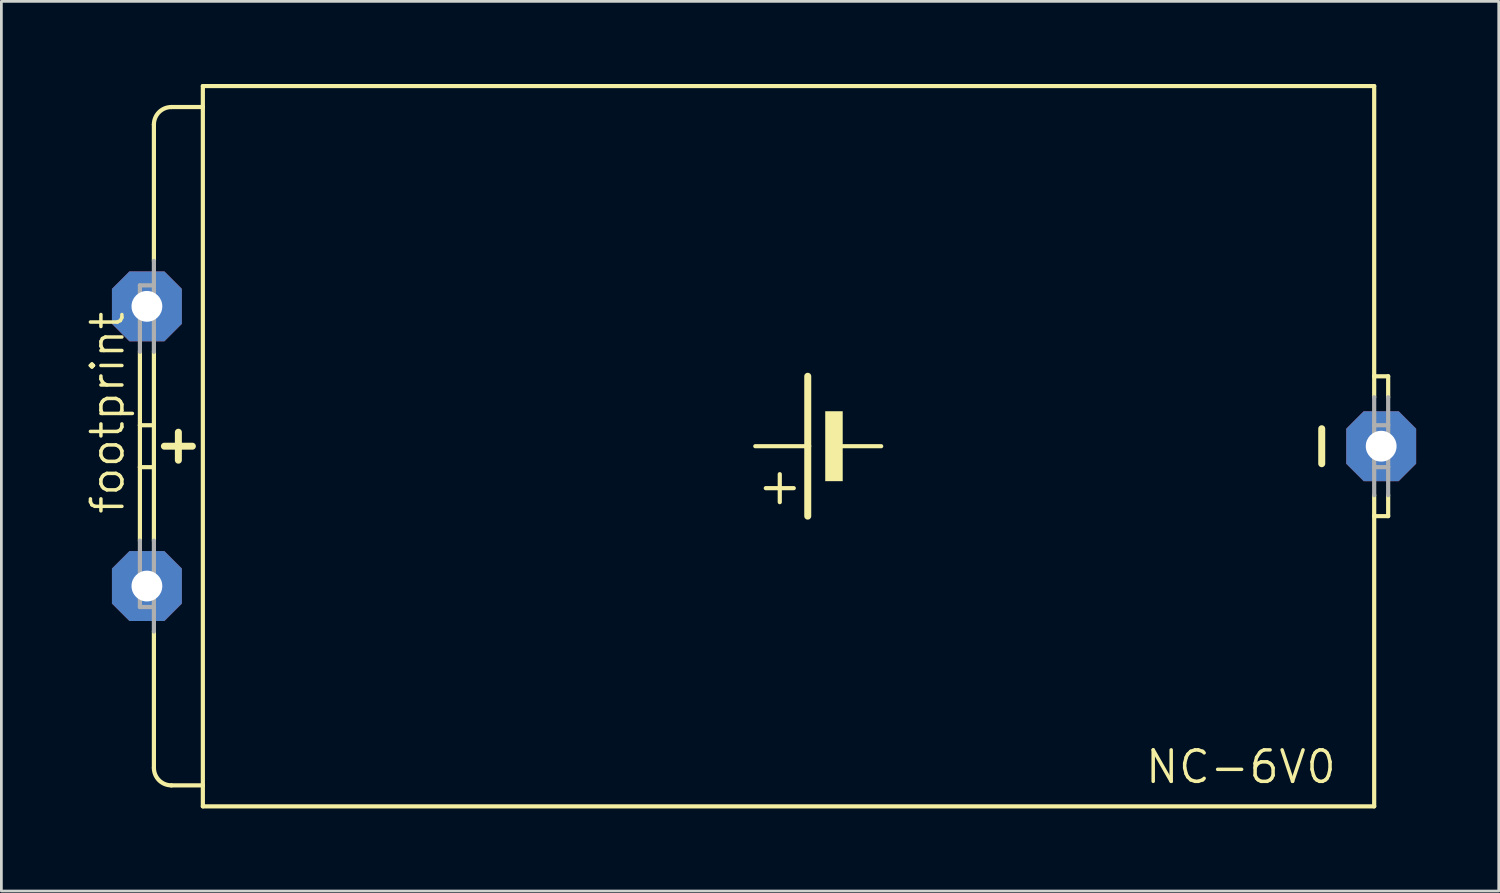
<source format=kicad_pcb>
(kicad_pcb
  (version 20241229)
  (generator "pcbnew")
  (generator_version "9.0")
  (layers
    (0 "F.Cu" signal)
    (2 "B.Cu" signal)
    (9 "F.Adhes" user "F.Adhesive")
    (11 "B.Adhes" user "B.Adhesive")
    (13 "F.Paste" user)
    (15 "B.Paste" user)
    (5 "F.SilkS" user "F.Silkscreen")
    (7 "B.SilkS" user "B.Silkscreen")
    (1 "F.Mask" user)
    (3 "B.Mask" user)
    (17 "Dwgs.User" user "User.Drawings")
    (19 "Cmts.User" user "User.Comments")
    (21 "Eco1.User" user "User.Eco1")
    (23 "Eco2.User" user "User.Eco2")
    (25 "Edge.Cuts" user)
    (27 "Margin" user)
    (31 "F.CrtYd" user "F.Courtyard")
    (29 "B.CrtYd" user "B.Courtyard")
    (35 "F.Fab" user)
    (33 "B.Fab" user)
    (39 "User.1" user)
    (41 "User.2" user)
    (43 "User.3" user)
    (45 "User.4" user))
  (footprint "footprint"
    (layer "F.Cu")
    (at 25.146 13.157)
    (property "Reference" "footprint" (at -23.622 2.54 90) (layer "F.SilkS") (effects (font (size 1.143 1.143) (thickness 0.127)) (justify left bottom)))
    (fp_line (start -23.114 -0.762) (end -23.114 -3.429) (stroke (width 0.152) (type solid)) (layer "F.SilkS"))
    (fp_line (start -23.114 0.762) (end -23.114 -0.762) (stroke (width 0.152) (type solid)) (layer "F.SilkS"))
    (fp_line (start -23.114 3.429) (end -23.114 0.762) (stroke (width 0.152) (type solid)) (layer "F.SilkS"))
    (fp_line (start -22.606 -6.731) (end -22.606 -11.684) (stroke (width 0.152) (type solid)) (layer "F.SilkS"))
    (fp_line (start -22.606 -0.762) (end -23.114 -0.762) (stroke (width 0.152) (type solid)) (layer "F.SilkS"))
    (fp_line (start -22.606 -0.762) (end -22.606 -3.429) (stroke (width 0.152) (type solid)) (layer "F.SilkS"))
    (fp_line (start -22.606 0.762) (end -23.114 0.762) (stroke (width 0.152) (type solid)) (layer "F.SilkS"))
    (fp_line (start -22.606 0.762) (end -22.606 -0.762) (stroke (width 0.152) (type solid)) (layer "F.SilkS"))
    (fp_line (start -22.606 3.429) (end -22.606 0.762) (stroke (width 0.152) (type solid)) (layer "F.SilkS"))
    (fp_line (start -22.606 11.684) (end -22.606 6.731) (stroke (width 0.152) (type solid)) (layer "F.SilkS"))
    (fp_line (start -22.225 0) (end -21.209 0) (stroke (width 0.254) (type solid)) (layer "F.SilkS"))
    (fp_line (start -21.971 12.319) (end -20.828 12.319) (stroke (width 0.152) (type solid)) (layer "F.SilkS"))
    (fp_line (start -21.717 -0.508) (end -21.717 0.508) (stroke (width 0.254) (type solid)) (layer "F.SilkS"))
    (fp_line (start -20.828 -13.081) (end -20.828 -12.319) (stroke (width 0.152) (type solid)) (layer "F.SilkS"))
    (fp_line (start -20.828 -13.081) (end 21.717 -13.081) (stroke (width 0.152) (type solid)) (layer "F.SilkS"))
    (fp_line (start -20.828 -12.319) (end -21.971 -12.319) (stroke (width 0.152) (type solid)) (layer "F.SilkS"))
    (fp_line (start -20.828 -12.319) (end -20.828 12.319) (stroke (width 0.152) (type solid)) (layer "F.SilkS"))
    (fp_line (start -20.828 12.319) (end -20.828 13.081) (stroke (width 0.152) (type solid)) (layer "F.SilkS"))
    (fp_line (start -20.828 13.081) (end 21.717 13.081) (stroke (width 0.152) (type solid)) (layer "F.SilkS"))
    (fp_line (start 0.127 2.032) (end 0.127 1.016) (stroke (width 0.152) (type solid)) (layer "F.SilkS"))
    (fp_line (start 0.635 1.524) (end -0.381 1.524) (stroke (width 0.152) (type solid)) (layer "F.SilkS"))
    (fp_line (start 1.143 0) (end -0.762 0) (stroke (width 0.152) (type solid)) (layer "F.SilkS"))
    (fp_line (start 1.143 0) (end 1.143 -2.54) (stroke (width 0.254) (type solid)) (layer "F.SilkS"))
    (fp_line (start 1.143 2.54) (end 1.143 0) (stroke (width 0.254) (type solid)) (layer "F.SilkS"))
    (fp_line (start 3.81 0) (end 2.413 0) (stroke (width 0.152) (type solid)) (layer "F.SilkS"))
    (fp_line (start 19.812 -0.635) (end 19.812 0.635) (stroke (width 0.254) (type solid)) (layer "F.SilkS"))
    (fp_line (start 21.717 -2.54) (end 21.717 -13.081) (stroke (width 0.152) (type solid)) (layer "F.SilkS"))
    (fp_line (start 21.717 -1.778) (end 21.717 -2.54) (stroke (width 0.152) (type solid)) (layer "F.SilkS"))
    (fp_line (start 21.717 2.54) (end 21.717 1.778) (stroke (width 0.152) (type solid)) (layer "F.SilkS"))
    (fp_line (start 21.717 13.081) (end 21.717 2.54) (stroke (width 0.152) (type solid)) (layer "F.SilkS"))
    (fp_line (start 22.225 -2.54) (end 21.717 -2.54) (stroke (width 0.152) (type solid)) (layer "F.SilkS"))
    (fp_line (start 22.225 -1.778) (end 22.225 -2.54) (stroke (width 0.152) (type solid)) (layer "F.SilkS"))
    (fp_line (start 22.225 1.778) (end 22.225 2.54) (stroke (width 0.152) (type solid)) (layer "F.SilkS"))
    (fp_line (start 22.225 2.54) (end 21.717 2.54) (stroke (width 0.152) (type solid)) (layer "F.SilkS"))
    (fp_arc (start -22.606 -11.684) (mid -22.420013 -12.133013) (end -21.971 -12.319) (stroke (width 0.1524) (type solid)) (layer "F.SilkS"))
    (fp_arc (start -21.971 12.319) (mid -22.420013 12.133013) (end -22.606 11.684) (stroke (width 0.1524) (type solid)) (layer "F.SilkS"))
    (fp_poly (pts (xy 1.778 1.27) (xy 2.413 1.27) (xy 2.413 -1.27) (xy 1.778 -1.27)) (stroke (width 0) (type solid)) (fill yes) (layer "F.SilkS"))
    (fp_line (start -23.114 -3.429) (end -23.114 -5.842) (stroke (width 0.152) (type solid)) (layer "F.Fab"))
    (fp_line (start -23.114 5.842) (end -23.114 3.429) (stroke (width 0.152) (type solid)) (layer "F.Fab"))
    (fp_line (start -22.606 -5.842) (end -23.114 -5.842) (stroke (width 0.152) (type solid)) (layer "F.Fab"))
    (fp_line (start -22.606 -5.842) (end -22.606 -6.731) (stroke (width 0.152) (type solid)) (layer "F.Fab"))
    (fp_line (start -22.606 -3.429) (end -22.606 -5.842) (stroke (width 0.152) (type solid)) (layer "F.Fab"))
    (fp_line (start -22.606 5.842) (end -23.114 5.842) (stroke (width 0.152) (type solid)) (layer "F.Fab"))
    (fp_line (start -22.606 5.842) (end -22.606 3.429) (stroke (width 0.152) (type solid)) (layer "F.Fab"))
    (fp_line (start -22.606 6.731) (end -22.606 5.842) (stroke (width 0.152) (type solid)) (layer "F.Fab"))
    (fp_line (start 21.717 -0.762) (end 21.717 -1.778) (stroke (width 0.152) (type solid)) (layer "F.Fab"))
    (fp_line (start 21.717 0.762) (end 21.717 -0.762) (stroke (width 0.152) (type solid)) (layer "F.Fab"))
    (fp_line (start 21.717 1.778) (end 21.717 0.762) (stroke (width 0.152) (type solid)) (layer "F.Fab"))
    (fp_line (start 22.225 -0.762) (end 21.717 -0.762) (stroke (width 0.152) (type solid)) (layer "F.Fab"))
    (fp_line (start 22.225 -0.762) (end 22.225 -1.778) (stroke (width 0.152) (type solid)) (layer "F.Fab"))
    (fp_line (start 22.225 0.762) (end 21.717 0.762) (stroke (width 0.152) (type solid)) (layer "F.Fab"))
    (fp_line (start 22.225 0.762) (end 22.225 -0.762) (stroke (width 0.152) (type solid)) (layer "F.Fab"))
    (fp_line (start 22.225 1.778) (end 22.225 0.762) (stroke (width 0.152) (type solid)) (layer "F.Fab"))
    (fp_text user "NC-6V0" (at 13.335 12.319 0) (layer "F.SilkS") (effects (font (size 1.143 1.143) (thickness 0.127)) (justify left bottom)))
    (pad "+" thru_hole roundrect (at -22.86 5.08) (size 2.54 2.54) (drill 1.118) (layers "*.Cu" "*.Mask") (roundrect_rratio 0.25) (chamfer_ratio 0.25) (chamfer top_left top_right bottom_left bottom_right))
    (pad "+@1" thru_hole roundrect (at -22.86 -5.08) (size 2.54 2.54) (drill 1.118) (layers "*.Cu" "*.Mask") (roundrect_rratio 0.25) (chamfer_ratio 0.25) (chamfer top_left top_right bottom_left bottom_right))
    (pad "-" thru_hole roundrect (at 21.971 0) (size 2.54 2.54) (drill 1.118) (layers "*.Cu" "*.Mask") (roundrect_rratio 0.25) (chamfer_ratio 0.25) (chamfer top_left top_right bottom_left bottom_right)))
  (gr_rect
    (start -3 -3)
    (end 51.387 29.314)
    (stroke (width 0.1) (type default))
    (fill no)
    (layer "Edge.Cuts")))
</source>
